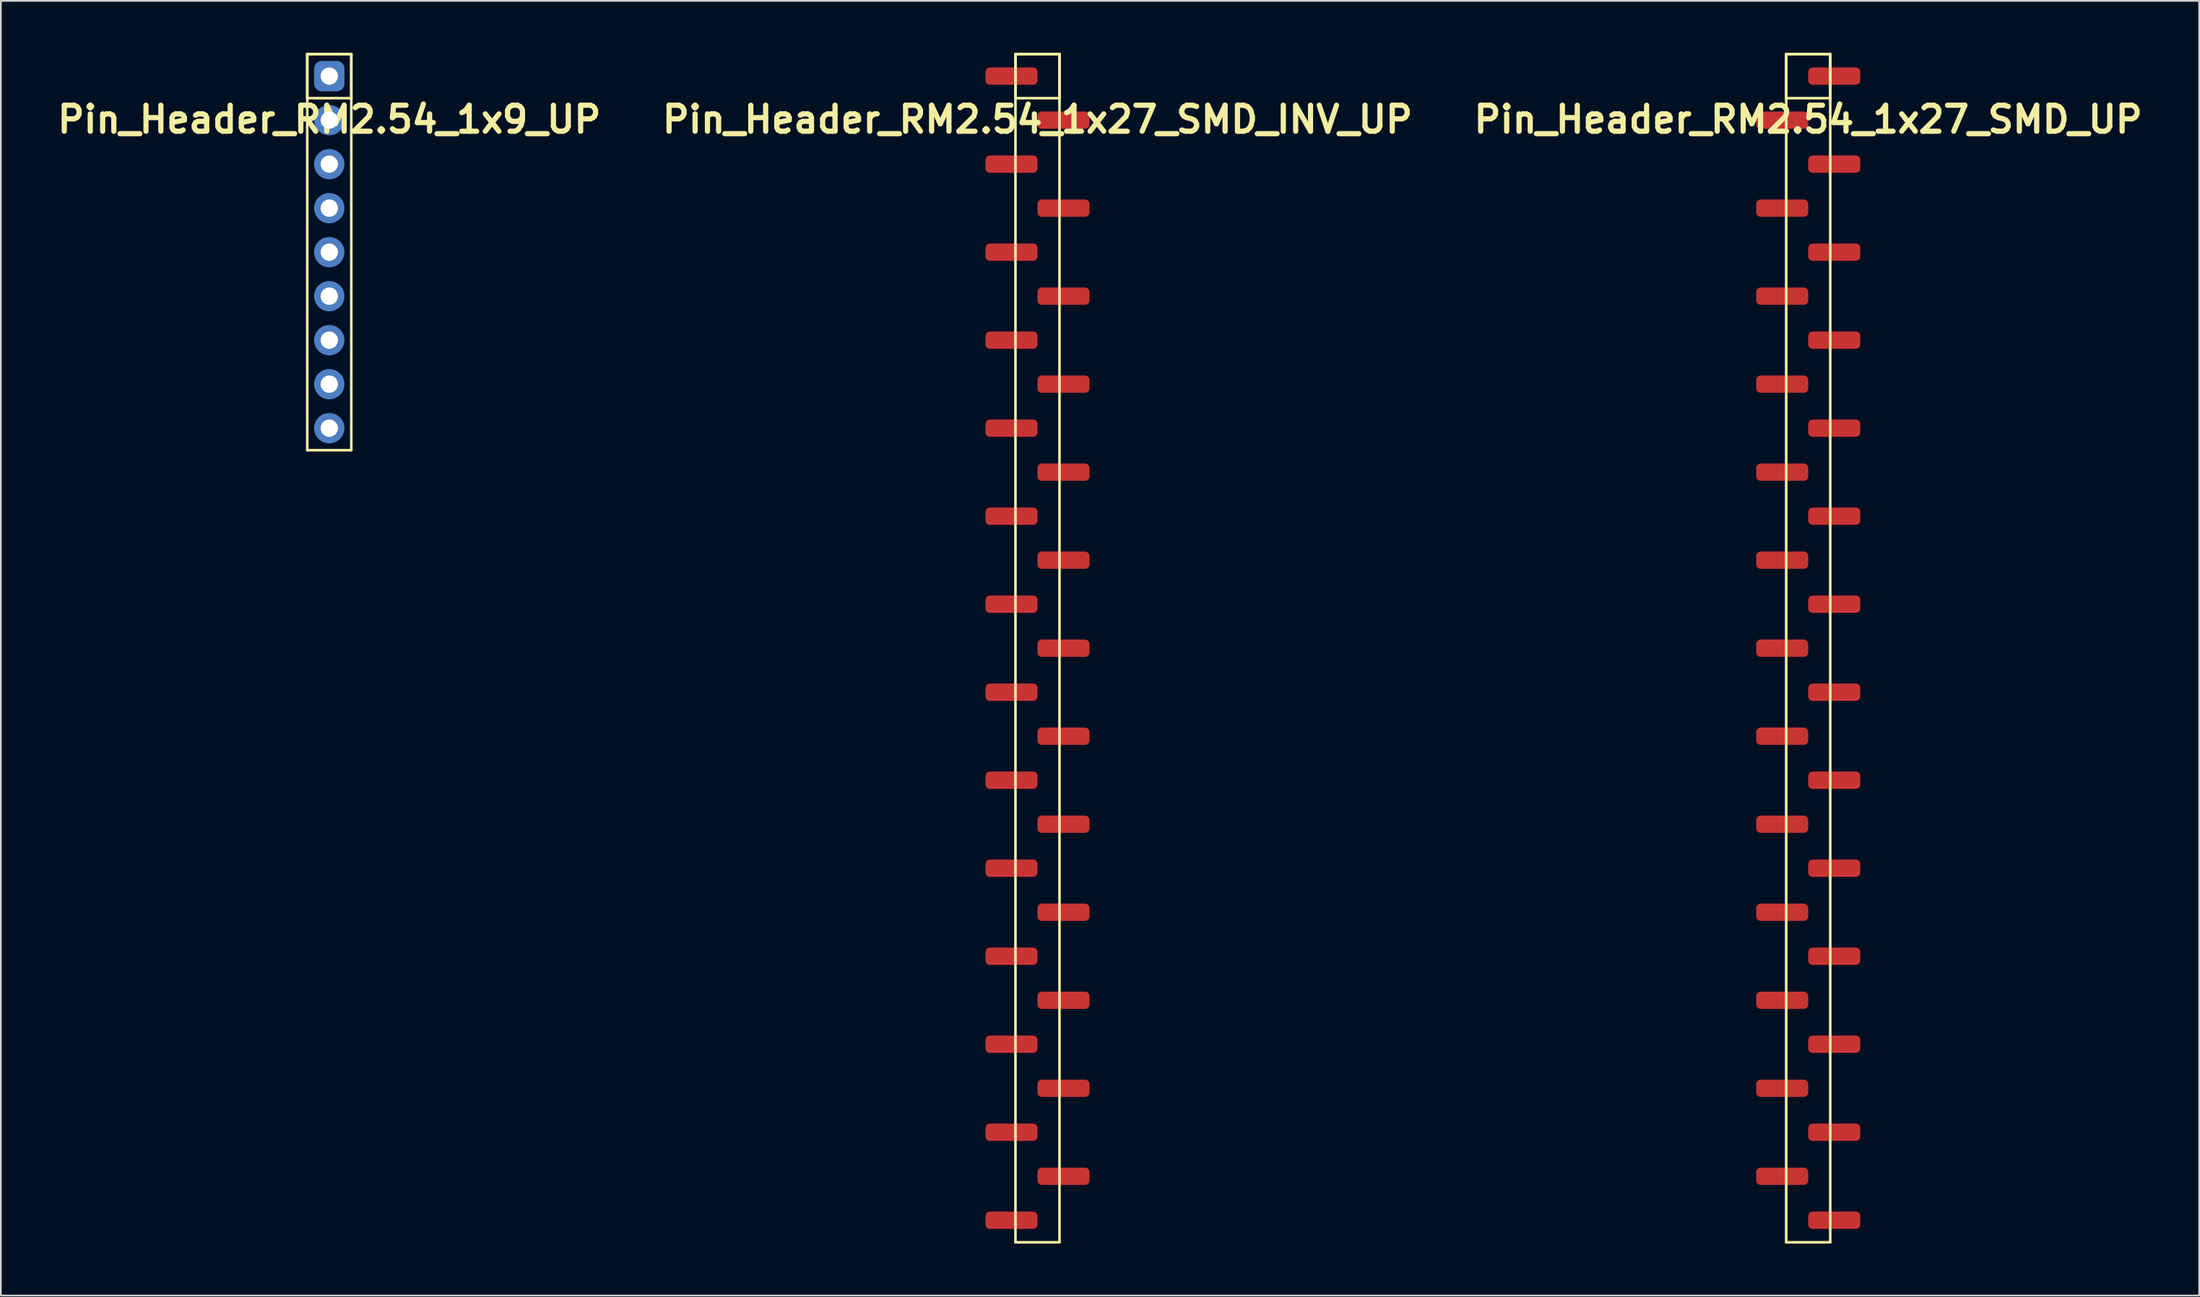
<source format=kicad_pcb>
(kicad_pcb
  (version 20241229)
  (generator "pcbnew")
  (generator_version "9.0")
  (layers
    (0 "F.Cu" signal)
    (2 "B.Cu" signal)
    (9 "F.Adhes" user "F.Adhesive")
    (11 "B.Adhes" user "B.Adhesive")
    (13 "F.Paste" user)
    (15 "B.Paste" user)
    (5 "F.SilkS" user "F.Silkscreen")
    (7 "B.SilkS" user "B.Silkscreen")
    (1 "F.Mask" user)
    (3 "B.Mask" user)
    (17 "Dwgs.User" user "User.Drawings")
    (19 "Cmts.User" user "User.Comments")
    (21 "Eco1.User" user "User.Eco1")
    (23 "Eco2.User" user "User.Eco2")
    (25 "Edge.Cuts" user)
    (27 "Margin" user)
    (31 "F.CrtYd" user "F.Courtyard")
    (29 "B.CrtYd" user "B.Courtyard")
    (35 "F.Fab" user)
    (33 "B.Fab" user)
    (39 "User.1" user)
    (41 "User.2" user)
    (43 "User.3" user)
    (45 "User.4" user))
  (footprint "Pin_Header_RM2.54_1x27_SMD_UP"
    (layer "F.Cu")
    (at 101.25 1.345)
    (property "Reference" "Pin_Header_RM2.54_1x27_SMD_UP" (at 0 2.5 0) (layer "F.SilkS") (effects (font (size 1.5 1.5) (thickness 0.3))))
    (attr through_hole)
    (fp_line (start -1.27 -1.27) (end 1.27 -1.27) (stroke (width 0.15) (type solid)) (layer "F.SilkS"))
    (fp_line (start -1.27 -1.27) (end 1.27 -1.27) (stroke (width 0.15) (type solid)) (layer "F.SilkS"))
    (fp_line (start -1.27 1.27) (end -1.27 -1.27) (stroke (width 0.15) (type solid)) (layer "F.SilkS"))
    (fp_line (start -1.27 67.31) (end -1.27 -1.27) (stroke (width 0.15) (type solid)) (layer "F.SilkS"))
    (fp_line (start 1.27 -1.27) (end 1.27 1.27) (stroke (width 0.15) (type solid)) (layer "F.SilkS"))
    (fp_line (start 1.27 -1.27) (end 1.27 67.31) (stroke (width 0.15) (type solid)) (layer "F.SilkS"))
    (fp_line (start 1.27 1.27) (end -1.27 1.27) (stroke (width 0.15) (type solid)) (layer "F.SilkS"))
    (fp_line (start 1.27 67.31) (end -1.27 67.31) (stroke (width 0.15) (type solid)) (layer "F.SilkS"))
    (pad "1" smd roundrect (at 1.5 0) (size 3 1) (layers "F.Cu" "F.Mask") (roundrect_rratio 0.25))
    (pad "2" smd roundrect (at -1.5 2.54) (size 3 1) (layers "F.Cu" "F.Mask") (roundrect_rratio 0.25))
    (pad "3" smd roundrect (at 1.5 5.08) (size 3 1) (layers "F.Cu" "F.Mask") (roundrect_rratio 0.25))
    (pad "4" smd roundrect (at -1.5 7.62) (size 3 1) (layers "F.Cu" "F.Mask") (roundrect_rratio 0.25))
    (pad "5" smd roundrect (at 1.5 10.16) (size 3 1) (layers "F.Cu" "F.Mask") (roundrect_rratio 0.25))
    (pad "6" smd roundrect (at -1.5 12.7) (size 3 1) (layers "F.Cu" "F.Mask") (roundrect_rratio 0.25))
    (pad "7" smd roundrect (at 1.5 15.24) (size 3 1) (layers "F.Cu" "F.Mask") (roundrect_rratio 0.25))
    (pad "8" smd roundrect (at -1.5 17.78) (size 3 1) (layers "F.Cu" "F.Mask") (roundrect_rratio 0.25))
    (pad "9" smd roundrect (at 1.5 20.32) (size 3 1) (layers "F.Cu" "F.Mask") (roundrect_rratio 0.25))
    (pad "10" smd roundrect (at -1.5 22.86) (size 3 1) (layers "F.Cu" "F.Mask") (roundrect_rratio 0.25))
    (pad "11" smd roundrect (at 1.5 25.4) (size 3 1) (layers "F.Cu" "F.Mask") (roundrect_rratio 0.25))
    (pad "12" smd roundrect (at -1.5 27.94) (size 3 1) (layers "F.Cu" "F.Mask") (roundrect_rratio 0.25))
    (pad "13" smd roundrect (at 1.5 30.48) (size 3 1) (layers "F.Cu" "F.Mask") (roundrect_rratio 0.25))
    (pad "14" smd roundrect (at -1.5 33.02) (size 3 1) (layers "F.Cu" "F.Mask") (roundrect_rratio 0.25))
    (pad "15" smd roundrect (at 1.5 35.56) (size 3 1) (layers "F.Cu" "F.Mask") (roundrect_rratio 0.25))
    (pad "16" smd roundrect (at -1.5 38.1) (size 3 1) (layers "F.Cu" "F.Mask") (roundrect_rratio 0.25))
    (pad "17" smd roundrect (at 1.5 40.64) (size 3 1) (layers "F.Cu" "F.Mask") (roundrect_rratio 0.25))
    (pad "18" smd roundrect (at -1.5 43.18) (size 3 1) (layers "F.Cu" "F.Mask") (roundrect_rratio 0.25))
    (pad "19" smd roundrect (at 1.5 45.72) (size 3 1) (layers "F.Cu" "F.Mask") (roundrect_rratio 0.25))
    (pad "20" smd roundrect (at -1.5 48.26) (size 3 1) (layers "F.Cu" "F.Mask") (roundrect_rratio 0.25))
    (pad "21" smd roundrect (at 1.5 50.8) (size 3 1) (layers "F.Cu" "F.Mask") (roundrect_rratio 0.25))
    (pad "22" smd roundrect (at -1.5 53.34) (size 3 1) (layers "F.Cu" "F.Mask") (roundrect_rratio 0.25))
    (pad "23" smd roundrect (at 1.5 55.88) (size 3 1) (layers "F.Cu" "F.Mask") (roundrect_rratio 0.25))
    (pad "24" smd roundrect (at -1.5 58.42) (size 3 1) (layers "F.Cu" "F.Mask") (roundrect_rratio 0.25))
    (pad "25" smd roundrect (at 1.5 60.96) (size 3 1) (layers "F.Cu" "F.Mask") (roundrect_rratio 0.25))
    (pad "26" smd roundrect (at -1.5 63.5) (size 3 1) (layers "F.Cu" "F.Mask") (roundrect_rratio 0.25))
    (pad "27" smd roundrect (at 1.5 66.04) (size 3 1) (layers "F.Cu" "F.Mask") (roundrect_rratio 0.25)))
  (footprint "Pin_Header_RM2.54_1x27_SMD_INV_UP"
    (layer "F.Cu")
    (at 56.793 1.345)
    (property "Reference" "Pin_Header_RM2.54_1x27_SMD_INV_UP" (at 0 2.5 0) (layer "F.SilkS") (effects (font (size 1.5 1.5) (thickness 0.3))))
    (attr through_hole)
    (fp_line (start -1.27 -1.27) (end 1.27 -1.27) (stroke (width 0.15) (type solid)) (layer "F.SilkS"))
    (fp_line (start -1.27 -1.27) (end 1.27 -1.27) (stroke (width 0.15) (type solid)) (layer "F.SilkS"))
    (fp_line (start -1.27 1.27) (end -1.27 -1.27) (stroke (width 0.15) (type solid)) (layer "F.SilkS"))
    (fp_line (start -1.27 67.31) (end -1.27 -1.27) (stroke (width 0.15) (type solid)) (layer "F.SilkS"))
    (fp_line (start 1.27 -1.27) (end 1.27 1.27) (stroke (width 0.15) (type solid)) (layer "F.SilkS"))
    (fp_line (start 1.27 -1.27) (end 1.27 67.31) (stroke (width 0.15) (type solid)) (layer "F.SilkS"))
    (fp_line (start 1.27 1.27) (end -1.27 1.27) (stroke (width 0.15) (type solid)) (layer "F.SilkS"))
    (fp_line (start 1.27 67.31) (end -1.27 67.31) (stroke (width 0.15) (type solid)) (layer "F.SilkS"))
    (pad "1" smd roundrect (at -1.5 0) (size 3 1) (layers "F.Cu" "F.Mask" "F.Paste") (roundrect_rratio 0.25))
    (pad "2" smd roundrect (at 1.5 2.54) (size 3 1) (layers "F.Cu" "F.Mask" "F.Paste") (roundrect_rratio 0.25))
    (pad "3" smd roundrect (at -1.5 5.08) (size 3 1) (layers "F.Cu" "F.Mask" "F.Paste") (roundrect_rratio 0.25))
    (pad "4" smd roundrect (at 1.5 7.62) (size 3 1) (layers "F.Cu" "F.Mask" "F.Paste") (roundrect_rratio 0.25))
    (pad "5" smd roundrect (at -1.5 10.16) (size 3 1) (layers "F.Cu" "F.Mask" "F.Paste") (roundrect_rratio 0.25))
    (pad "6" smd roundrect (at 1.5 12.7) (size 3 1) (layers "F.Cu" "F.Mask" "F.Paste") (roundrect_rratio 0.25))
    (pad "7" smd roundrect (at -1.5 15.24) (size 3 1) (layers "F.Cu" "F.Mask" "F.Paste") (roundrect_rratio 0.25))
    (pad "8" smd roundrect (at 1.5 17.78) (size 3 1) (layers "F.Cu" "F.Mask" "F.Paste") (roundrect_rratio 0.25))
    (pad "9" smd roundrect (at -1.5 20.32) (size 3 1) (layers "F.Cu" "F.Mask" "F.Paste") (roundrect_rratio 0.25))
    (pad "10" smd roundrect (at 1.5 22.86) (size 3 1) (layers "F.Cu" "F.Mask" "F.Paste") (roundrect_rratio 0.25))
    (pad "11" smd roundrect (at -1.5 25.4) (size 3 1) (layers "F.Cu" "F.Mask" "F.Paste") (roundrect_rratio 0.25))
    (pad "12" smd roundrect (at 1.5 27.94) (size 3 1) (layers "F.Cu" "F.Mask" "F.Paste") (roundrect_rratio 0.25))
    (pad "13" smd roundrect (at -1.5 30.48) (size 3 1) (layers "F.Cu" "F.Mask" "F.Paste") (roundrect_rratio 0.25))
    (pad "14" smd roundrect (at 1.5 33.02) (size 3 1) (layers "F.Cu" "F.Mask" "F.Paste") (roundrect_rratio 0.25))
    (pad "15" smd roundrect (at -1.5 35.56) (size 3 1) (layers "F.Cu" "F.Mask" "F.Paste") (roundrect_rratio 0.25))
    (pad "16" smd roundrect (at 1.5 38.1) (size 3 1) (layers "F.Cu" "F.Mask" "F.Paste") (roundrect_rratio 0.25))
    (pad "17" smd roundrect (at -1.5 40.64) (size 3 1) (layers "F.Cu" "F.Mask" "F.Paste") (roundrect_rratio 0.25))
    (pad "18" smd roundrect (at 1.5 43.18) (size 3 1) (layers "F.Cu" "F.Mask" "F.Paste") (roundrect_rratio 0.25))
    (pad "19" smd roundrect (at -1.5 45.72) (size 3 1) (layers "F.Cu" "F.Mask" "F.Paste") (roundrect_rratio 0.25))
    (pad "20" smd roundrect (at 1.5 48.26) (size 3 1) (layers "F.Cu" "F.Mask" "F.Paste") (roundrect_rratio 0.25))
    (pad "21" smd roundrect (at -1.5 50.8) (size 3 1) (layers "F.Cu" "F.Mask" "F.Paste") (roundrect_rratio 0.25))
    (pad "22" smd roundrect (at 1.5 53.34) (size 3 1) (layers "F.Cu" "F.Mask" "F.Paste") (roundrect_rratio 0.25))
    (pad "23" smd roundrect (at -1.5 55.88) (size 3 1) (layers "F.Cu" "F.Mask" "F.Paste") (roundrect_rratio 0.25))
    (pad "24" smd roundrect (at 1.5 58.42) (size 3 1) (layers "F.Cu" "F.Mask" "F.Paste") (roundrect_rratio 0.25))
    (pad "25" smd roundrect (at -1.5 60.96) (size 3 1) (layers "F.Cu" "F.Mask" "F.Paste") (roundrect_rratio 0.25))
    (pad "26" smd roundrect (at 1.5 63.5) (size 3 1) (layers "F.Cu" "F.Mask" "F.Paste") (roundrect_rratio 0.25))
    (pad "27" smd roundrect (at -1.5 66.04) (size 3 1) (layers "F.Cu" "F.Mask" "F.Paste") (roundrect_rratio 0.25)))
  (footprint "Pin_Header_RM2.54_1x9_UP"
    (layer "F.Cu")
    (at 15.943 1.345)
    (property "Reference" "Pin_Header_RM2.54_1x9_UP" (at 0 2.5 0) (layer "F.SilkS") (effects (font (size 1.5 1.5) (thickness 0.3))))
    (attr through_hole)
    (fp_line (start -1.27 -1.27) (end 1.27 -1.27) (stroke (width 0.15) (type solid)) (layer "F.SilkS"))
    (fp_line (start -1.27 -1.27) (end 1.27 -1.27) (stroke (width 0.15) (type solid)) (layer "F.SilkS"))
    (fp_line (start -1.27 1.27) (end -1.27 -1.27) (stroke (width 0.15) (type solid)) (layer "F.SilkS"))
    (fp_line (start -1.27 21.59) (end -1.27 -1.27) (stroke (width 0.15) (type solid)) (layer "F.SilkS"))
    (fp_line (start 1.27 -1.27) (end 1.27 1.27) (stroke (width 0.15) (type solid)) (layer "F.SilkS"))
    (fp_line (start 1.27 -1.27) (end 1.27 21.59) (stroke (width 0.15) (type solid)) (layer "F.SilkS"))
    (fp_line (start 1.27 1.27) (end -1.27 1.27) (stroke (width 0.15) (type solid)) (layer "F.SilkS"))
    (fp_line (start 1.27 21.59) (end -1.27 21.59) (stroke (width 0.15) (type solid)) (layer "F.SilkS"))
    (pad "1" thru_hole circle (at 0 0) (size 1.3 1.3) (drill 1) (layers "*.Cu" "*.Mask"))
    (pad "1" smd roundrect (at 0 0) (size 1.5 1.5) (layers "F.Cu" "F.Mask") (roundrect_rratio 0.25))
    (pad "1" smd roundrect (at 0 0) (size 1.75 1.75) (layers "B.Cu" "B.Mask") (roundrect_rratio 0.25))
    (pad "2" thru_hole circle (at 0 2.54) (size 1.3 1.3) (drill 1) (layers "*.Cu" "*.Mask"))
    (pad "2" smd circle (at 0 2.54) (size 1.5 1.5) (layers "F.Cu" "F.Mask"))
    (pad "2" smd circle (at 0 2.54) (size 1.75 1.75) (layers "B.Cu" "B.Mask"))
    (pad "3" thru_hole circle (at 0 5.08) (size 1.3 1.3) (drill 1) (layers "*.Cu" "*.Mask"))
    (pad "3" smd circle (at 0 5.08) (size 1.5 1.5) (layers "F.Cu" "F.Mask"))
    (pad "3" smd circle (at 0 5.08) (size 1.75 1.75) (layers "B.Cu" "B.Mask"))
    (pad "4" thru_hole circle (at 0 7.62) (size 1.3 1.3) (drill 1) (layers "*.Cu" "*.Mask"))
    (pad "4" smd circle (at 0 7.62) (size 1.5 1.5) (layers "F.Cu" "F.Mask"))
    (pad "4" smd circle (at 0 7.62) (size 1.75 1.75) (layers "B.Cu" "B.Mask"))
    (pad "5" thru_hole circle (at 0 10.16) (size 1.3 1.3) (drill 1) (layers "*.Cu" "*.Mask"))
    (pad "5" smd circle (at 0 10.16) (size 1.5 1.5) (layers "F.Cu" "F.Mask"))
    (pad "5" smd circle (at 0 10.16) (size 1.75 1.75) (layers "B.Cu" "B.Mask"))
    (pad "6" thru_hole circle (at 0 12.7) (size 1.3 1.3) (drill 1) (layers "*.Cu" "*.Mask"))
    (pad "6" smd circle (at 0 12.7) (size 1.5 1.5) (layers "F.Cu" "F.Mask"))
    (pad "6" smd circle (at 0 12.7) (size 1.75 1.75) (layers "B.Cu" "B.Mask"))
    (pad "7" thru_hole circle (at 0 15.24) (size 1.3 1.3) (drill 1) (layers "*.Cu" "*.Mask"))
    (pad "7" smd circle (at 0 15.24) (size 1.5 1.5) (layers "F.Cu" "F.Mask"))
    (pad "7" smd circle (at 0 15.24) (size 1.75 1.75) (layers "B.Cu" "B.Mask"))
    (pad "8" thru_hole circle (at 0 17.78) (size 1.3 1.3) (drill 1) (layers "*.Cu" "*.Mask"))
    (pad "8" smd circle (at 0 17.78) (size 1.5 1.5) (layers "F.Cu" "F.Mask"))
    (pad "8" smd circle (at 0 17.78) (size 1.75 1.75) (layers "B.Cu" "B.Mask"))
    (pad "9" thru_hole circle (at 0 20.32) (size 1.3 1.3) (drill 1) (layers "*.Cu" "*.Mask"))
    (pad "9" smd circle (at 0 20.32) (size 1.5 1.5) (layers "F.Cu" "F.Mask"))
    (pad "9" smd circle (at 0 20.32) (size 1.75 1.75) (layers "B.Cu" "B.Mask")))
  (gr_rect
    (start -3 -3)
    (end 123.8 71.73)
    (stroke (width 0.1) (type default))
    (fill no)
    (layer "Edge.Cuts")))
</source>
